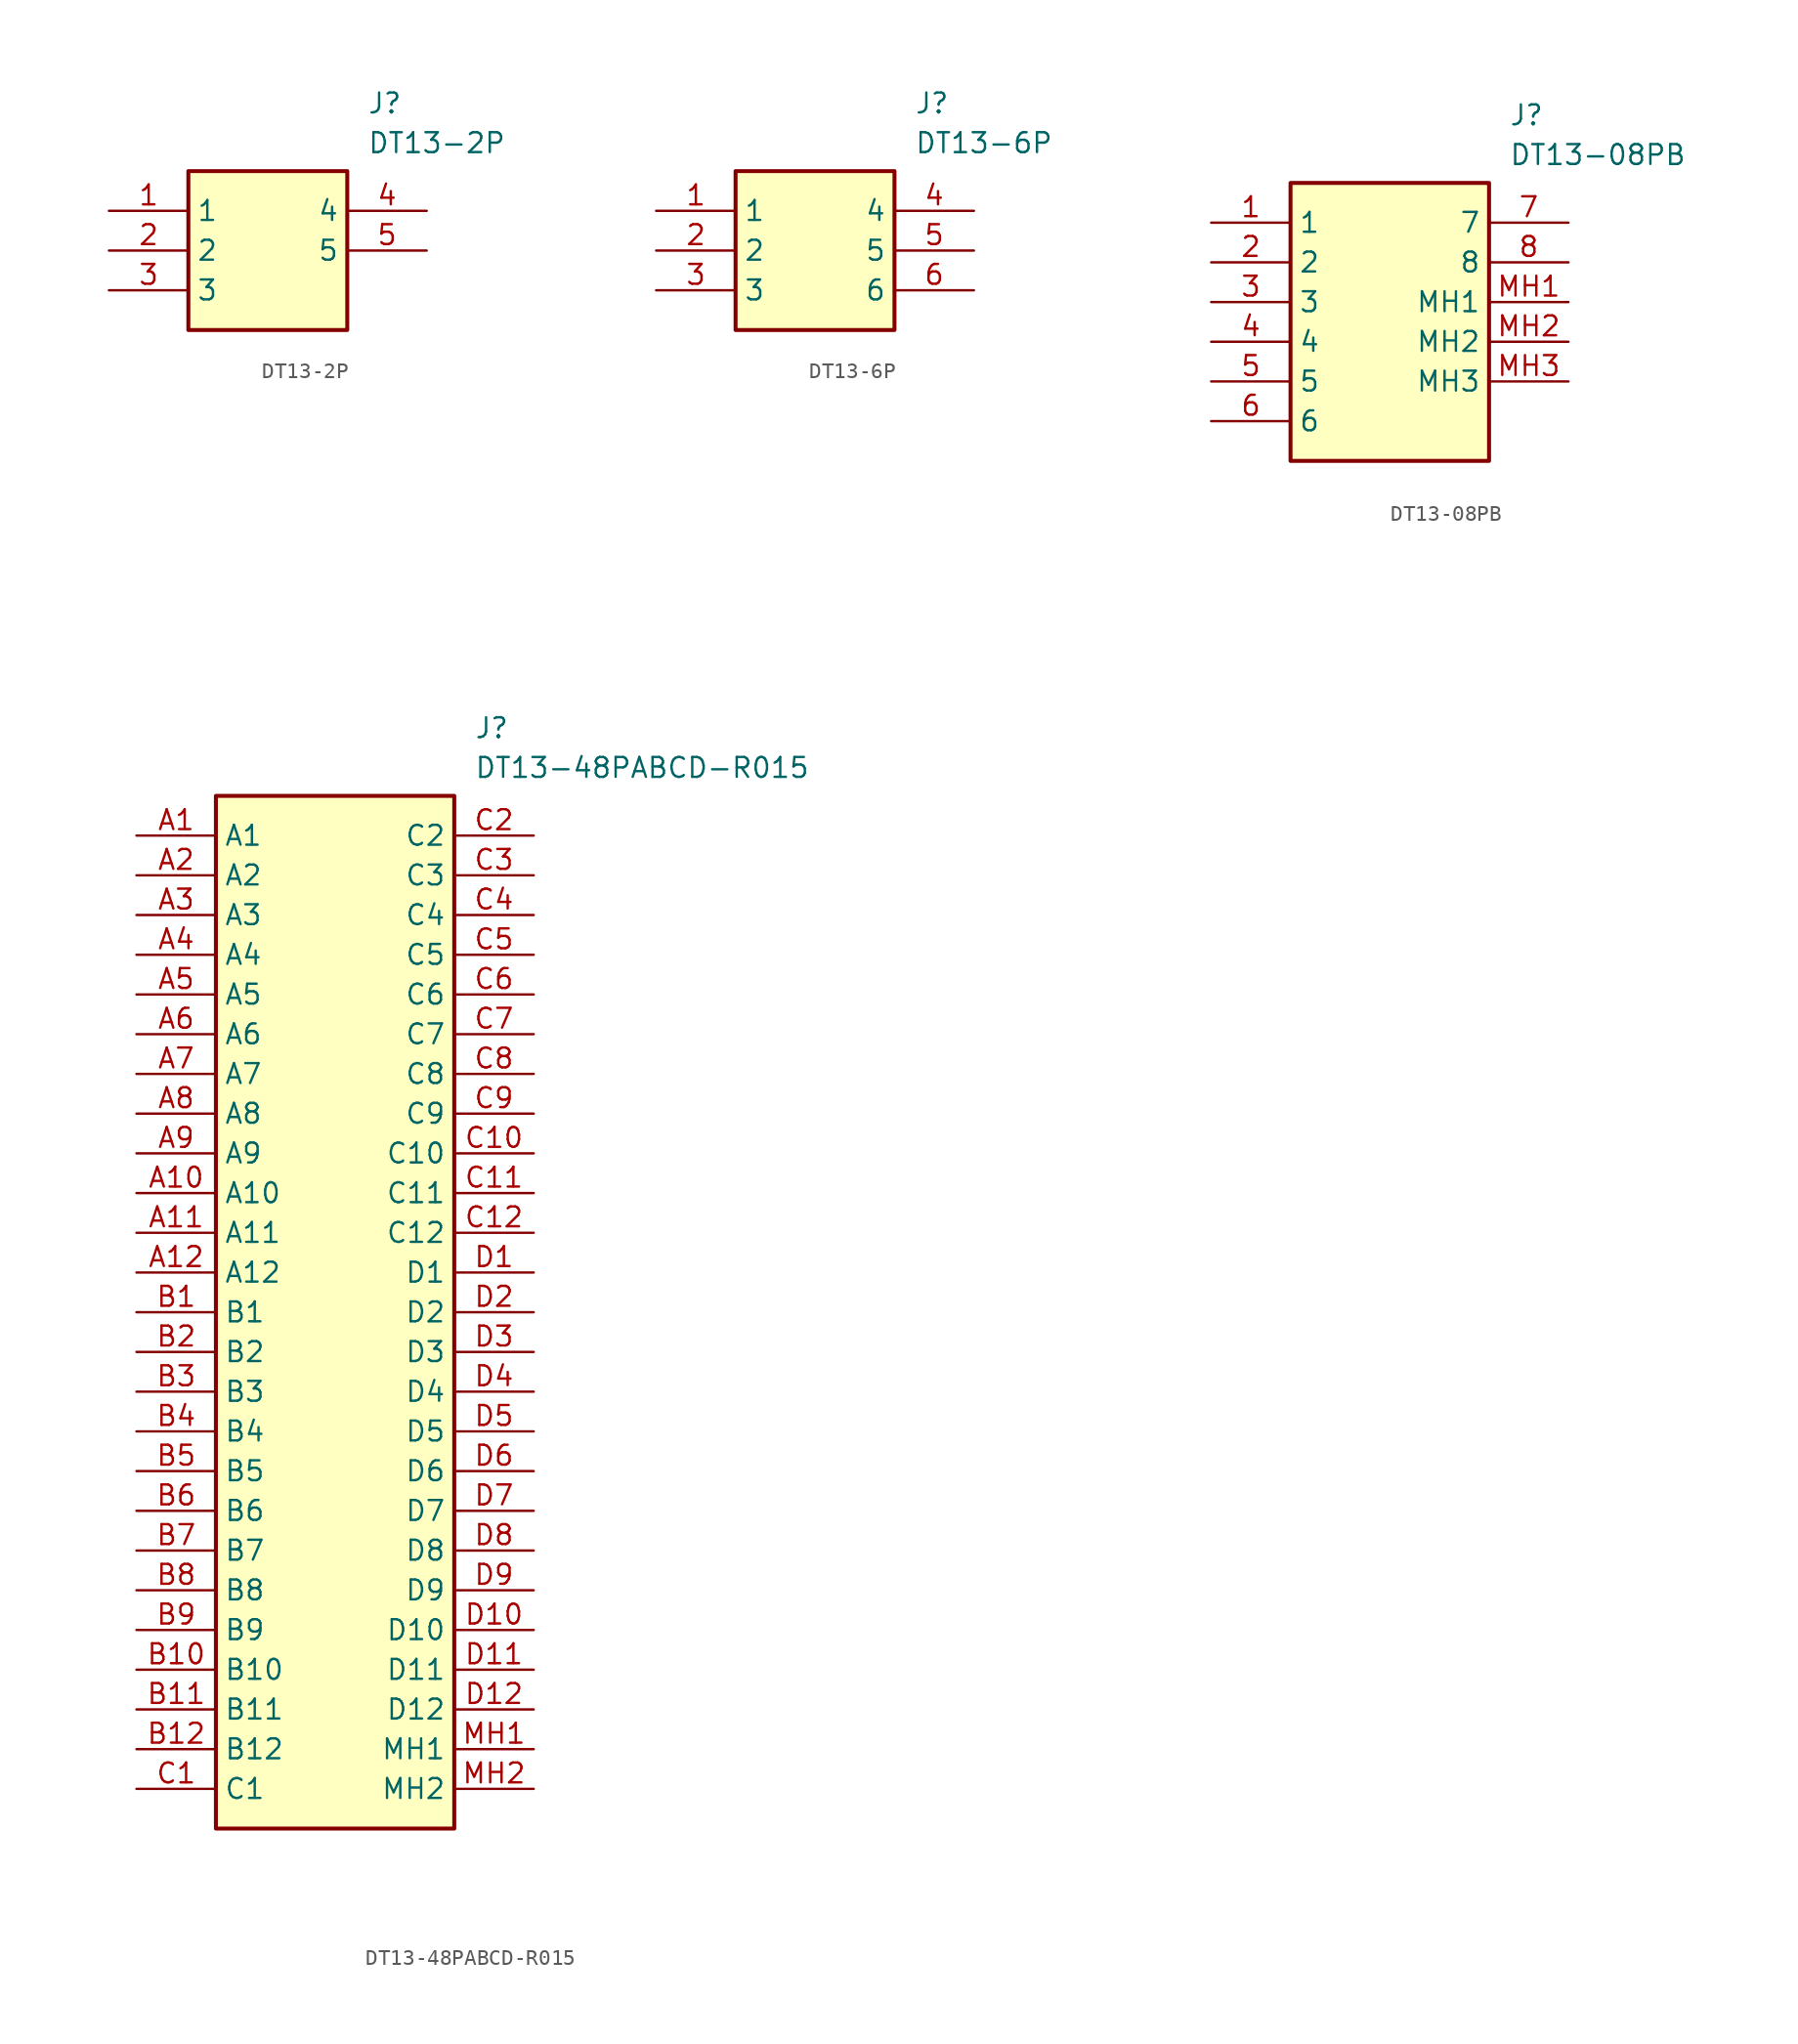
<source format=kicad_sym>
(kicad_symbol_lib
  (version 20231120)
  (generator "kicad_symbol_editor")
  (generator_version "8.0")
  (symbol "DT13-2P"
    (property "Reference" "J"
      (at 16.51 7.62 0)
      (effects (font (size 1.27 1.27)) (justify left top)))
    (property "Value" "DT13-2P"
      (at 16.51 5.08 0)
      (effects (font (size 1.27 1.27)) (justify left top)))
    (symbol "DT13-2P_1_1"
      (rectangle (start 5.08 2.54) (end 15.24 -7.62) (stroke (width 0.254) (type default)) (fill (type background)))
      (pin passive line (at 0 0 0) (length 5.08) (name "1" (effects (font (size 1.27 1.27)))) (number "1" (effects (font (size 1.27 1.27)))))
      (pin passive line (at 0 -2.54 0) (length 5.08) (name "2" (effects (font (size 1.27 1.27)))) (number "2" (effects (font (size 1.27 1.27)))))
      (pin passive line (at 0 -5.08 0) (length 5.08) (name "3" (effects (font (size 1.27 1.27)))) (number "3" (effects (font (size 1.27 1.27)))))
      (pin passive line (at 20.32 0 180) (length 5.08) (name "4" (effects (font (size 1.27 1.27)))) (number "4" (effects (font (size 1.27 1.27)))))
      (pin passive line (at 20.32 -2.54 180) (length 5.08) (name "5" (effects (font (size 1.27 1.27)))) (number "5" (effects (font (size 1.27 1.27)))))))
  (symbol "DT13-6P"
    (property "Reference" "J"
      (at 16.51 7.62 0)
      (effects (font (size 1.27 1.27)) (justify left top)))
    (property "Value" "DT13-6P"
      (at 16.51 5.08 0)
      (effects (font (size 1.27 1.27)) (justify left top)))
    (symbol "DT13-6P_1_1"
      (rectangle (start 5.08 2.54) (end 15.24 -7.62) (stroke (width 0.254) (type default)) (fill (type background)))
      (pin passive line (at 0 0 0) (length 5.08) (name "1" (effects (font (size 1.27 1.27)))) (number "1" (effects (font (size 1.27 1.27)))))
      (pin passive line (at 0 -2.54 0) (length 5.08) (name "2" (effects (font (size 1.27 1.27)))) (number "2" (effects (font (size 1.27 1.27)))))
      (pin passive line (at 0 -5.08 0) (length 5.08) (name "3" (effects (font (size 1.27 1.27)))) (number "3" (effects (font (size 1.27 1.27)))))
      (pin passive line (at 20.32 0 180) (length 5.08) (name "4" (effects (font (size 1.27 1.27)))) (number "4" (effects (font (size 1.27 1.27)))))
      (pin passive line (at 20.32 -2.54 180) (length 5.08) (name "5" (effects (font (size 1.27 1.27)))) (number "5" (effects (font (size 1.27 1.27)))))
      (pin passive line (at 20.32 -5.08 180) (length 5.08) (name "6" (effects (font (size 1.27 1.27)))) (number "6" (effects (font (size 1.27 1.27)))))))
  (symbol "DT13-08PB"
    (property "Reference" "J"
      (at 19.05 7.62 0)
      (effects (font (size 1.27 1.27)) (justify left top)))
    (property "Value" "DT13-08PB"
      (at 19.05 5.08 0)
      (effects (font (size 1.27 1.27)) (justify left top)))
    (symbol "DT13-08PB_1_1"
      (rectangle (start 5.08 2.54) (end 17.78 -15.24) (stroke (width 0.254) (type default)) (fill (type background)))
      (pin passive line (at 0 0 0) (length 5.08) (name "1" (effects (font (size 1.27 1.27)))) (number "1" (effects (font (size 1.27 1.27)))))
      (pin passive line (at 0 -2.54 0) (length 5.08) (name "2" (effects (font (size 1.27 1.27)))) (number "2" (effects (font (size 1.27 1.27)))))
      (pin passive line (at 0 -5.08 0) (length 5.08) (name "3" (effects (font (size 1.27 1.27)))) (number "3" (effects (font (size 1.27 1.27)))))
      (pin passive line (at 0 -7.62 0) (length 5.08) (name "4" (effects (font (size 1.27 1.27)))) (number "4" (effects (font (size 1.27 1.27)))))
      (pin passive line (at 0 -10.16 0) (length 5.08) (name "5" (effects (font (size 1.27 1.27)))) (number "5" (effects (font (size 1.27 1.27)))))
      (pin passive line (at 0 -12.7 0) (length 5.08) (name "6" (effects (font (size 1.27 1.27)))) (number "6" (effects (font (size 1.27 1.27)))))
      (pin passive line (at 22.86 0 180) (length 5.08) (name "7" (effects (font (size 1.27 1.27)))) (number "7" (effects (font (size 1.27 1.27)))))
      (pin passive line (at 22.86 -2.54 180) (length 5.08) (name "8" (effects (font (size 1.27 1.27)))) (number "8" (effects (font (size 1.27 1.27)))))
      (pin passive line (at 22.86 -5.08 180) (length 5.08) (name "MH1" (effects (font (size 1.27 1.27)))) (number "MH1" (effects (font (size 1.27 1.27)))))
      (pin passive line (at 22.86 -7.62 180) (length 5.08) (name "MH2" (effects (font (size 1.27 1.27)))) (number "MH2" (effects (font (size 1.27 1.27)))))
      (pin passive line (at 22.86 -10.16 180) (length 5.08) (name "MH3" (effects (font (size 1.27 1.27)))) (number "MH3" (effects (font (size 1.27 1.27)))))))
  (symbol "DT13-48PABCD-R015"
    (property "Reference" "J"
      (at 21.59 7.62 0)
      (effects (font (size 1.27 1.27)) (justify left top)))
    (property "Value" "DT13-48PABCD-R015"
      (at 21.59 5.08 0)
      (effects (font (size 1.27 1.27)) (justify left top)))
    (symbol "DT13-48PABCD-R015_1_1"
      (rectangle (start 5.08 2.54) (end 20.32 -63.5) (stroke (width 0.254) (type default)) (fill (type background)))
      (pin passive line (at 0 0 0) (length 5.08) (name "A1" (effects (font (size 1.27 1.27)))) (number "A1" (effects (font (size 1.27 1.27)))))
      (pin passive line (at 0 -22.86 0) (length 5.08) (name "A10" (effects (font (size 1.27 1.27)))) (number "A10" (effects (font (size 1.27 1.27)))))
      (pin passive line (at 0 -25.4 0) (length 5.08) (name "A11" (effects (font (size 1.27 1.27)))) (number "A11" (effects (font (size 1.27 1.27)))))
      (pin passive line (at 0 -27.94 0) (length 5.08) (name "A12" (effects (font (size 1.27 1.27)))) (number "A12" (effects (font (size 1.27 1.27)))))
      (pin passive line (at 0 -2.54 0) (length 5.08) (name "A2" (effects (font (size 1.27 1.27)))) (number "A2" (effects (font (size 1.27 1.27)))))
      (pin passive line (at 0 -5.08 0) (length 5.08) (name "A3" (effects (font (size 1.27 1.27)))) (number "A3" (effects (font (size 1.27 1.27)))))
      (pin passive line (at 0 -7.62 0) (length 5.08) (name "A4" (effects (font (size 1.27 1.27)))) (number "A4" (effects (font (size 1.27 1.27)))))
      (pin passive line (at 0 -10.16 0) (length 5.08) (name "A5" (effects (font (size 1.27 1.27)))) (number "A5" (effects (font (size 1.27 1.27)))))
      (pin passive line (at 0 -12.7 0) (length 5.08) (name "A6" (effects (font (size 1.27 1.27)))) (number "A6" (effects (font (size 1.27 1.27)))))
      (pin passive line (at 0 -15.24 0) (length 5.08) (name "A7" (effects (font (size 1.27 1.27)))) (number "A7" (effects (font (size 1.27 1.27)))))
      (pin passive line (at 0 -17.78 0) (length 5.08) (name "A8" (effects (font (size 1.27 1.27)))) (number "A8" (effects (font (size 1.27 1.27)))))
      (pin passive line (at 0 -20.32 0) (length 5.08) (name "A9" (effects (font (size 1.27 1.27)))) (number "A9" (effects (font (size 1.27 1.27)))))
      (pin passive line (at 0 -30.48 0) (length 5.08) (name "B1" (effects (font (size 1.27 1.27)))) (number "B1" (effects (font (size 1.27 1.27)))))
      (pin passive line (at 0 -53.34 0) (length 5.08) (name "B10" (effects (font (size 1.27 1.27)))) (number "B10" (effects (font (size 1.27 1.27)))))
      (pin passive line (at 0 -55.88 0) (length 5.08) (name "B11" (effects (font (size 1.27 1.27)))) (number "B11" (effects (font (size 1.27 1.27)))))
      (pin passive line (at 0 -58.42 0) (length 5.08) (name "B12" (effects (font (size 1.27 1.27)))) (number "B12" (effects (font (size 1.27 1.27)))))
      (pin passive line (at 0 -33.02 0) (length 5.08) (name "B2" (effects (font (size 1.27 1.27)))) (number "B2" (effects (font (size 1.27 1.27)))))
      (pin passive line (at 0 -35.56 0) (length 5.08) (name "B3" (effects (font (size 1.27 1.27)))) (number "B3" (effects (font (size 1.27 1.27)))))
      (pin passive line (at 0 -38.1 0) (length 5.08) (name "B4" (effects (font (size 1.27 1.27)))) (number "B4" (effects (font (size 1.27 1.27)))))
      (pin passive line (at 0 -40.64 0) (length 5.08) (name "B5" (effects (font (size 1.27 1.27)))) (number "B5" (effects (font (size 1.27 1.27)))))
      (pin passive line (at 0 -43.18 0) (length 5.08) (name "B6" (effects (font (size 1.27 1.27)))) (number "B6" (effects (font (size 1.27 1.27)))))
      (pin passive line (at 0 -45.72 0) (length 5.08) (name "B7" (effects (font (size 1.27 1.27)))) (number "B7" (effects (font (size 1.27 1.27)))))
      (pin passive line (at 0 -48.26 0) (length 5.08) (name "B8" (effects (font (size 1.27 1.27)))) (number "B8" (effects (font (size 1.27 1.27)))))
      (pin passive line (at 0 -50.8 0) (length 5.08) (name "B9" (effects (font (size 1.27 1.27)))) (number "B9" (effects (font (size 1.27 1.27)))))
      (pin passive line (at 0 -60.96 0) (length 5.08) (name "C1" (effects (font (size 1.27 1.27)))) (number "C1" (effects (font (size 1.27 1.27)))))
      (pin passive line (at 25.4 -20.32 180) (length 5.08) (name "C10" (effects (font (size 1.27 1.27)))) (number "C10" (effects (font (size 1.27 1.27)))))
      (pin passive line (at 25.4 -22.86 180) (length 5.08) (name "C11" (effects (font (size 1.27 1.27)))) (number "C11" (effects (font (size 1.27 1.27)))))
      (pin passive line (at 25.4 -25.4 180) (length 5.08) (name "C12" (effects (font (size 1.27 1.27)))) (number "C12" (effects (font (size 1.27 1.27)))))
      (pin passive line (at 25.4 0 180) (length 5.08) (name "C2" (effects (font (size 1.27 1.27)))) (number "C2" (effects (font (size 1.27 1.27)))))
      (pin passive line (at 25.4 -2.54 180) (length 5.08) (name "C3" (effects (font (size 1.27 1.27)))) (number "C3" (effects (font (size 1.27 1.27)))))
      (pin passive line (at 25.4 -5.08 180) (length 5.08) (name "C4" (effects (font (size 1.27 1.27)))) (number "C4" (effects (font (size 1.27 1.27)))))
      (pin passive line (at 25.4 -7.62 180) (length 5.08) (name "C5" (effects (font (size 1.27 1.27)))) (number "C5" (effects (font (size 1.27 1.27)))))
      (pin passive line (at 25.4 -10.16 180) (length 5.08) (name "C6" (effects (font (size 1.27 1.27)))) (number "C6" (effects (font (size 1.27 1.27)))))
      (pin passive line (at 25.4 -12.7 180) (length 5.08) (name "C7" (effects (font (size 1.27 1.27)))) (number "C7" (effects (font (size 1.27 1.27)))))
      (pin passive line (at 25.4 -15.24 180) (length 5.08) (name "C8" (effects (font (size 1.27 1.27)))) (number "C8" (effects (font (size 1.27 1.27)))))
      (pin passive line (at 25.4 -17.78 180) (length 5.08) (name "C9" (effects (font (size 1.27 1.27)))) (number "C9" (effects (font (size 1.27 1.27)))))
      (pin passive line (at 25.4 -27.94 180) (length 5.08) (name "D1" (effects (font (size 1.27 1.27)))) (number "D1" (effects (font (size 1.27 1.27)))))
      (pin passive line (at 25.4 -50.8 180) (length 5.08) (name "D10" (effects (font (size 1.27 1.27)))) (number "D10" (effects (font (size 1.27 1.27)))))
      (pin passive line (at 25.4 -53.34 180) (length 5.08) (name "D11" (effects (font (size 1.27 1.27)))) (number "D11" (effects (font (size 1.27 1.27)))))
      (pin passive line (at 25.4 -55.88 180) (length 5.08) (name "D12" (effects (font (size 1.27 1.27)))) (number "D12" (effects (font (size 1.27 1.27)))))
      (pin passive line (at 25.4 -30.48 180) (length 5.08) (name "D2" (effects (font (size 1.27 1.27)))) (number "D2" (effects (font (size 1.27 1.27)))))
      (pin passive line (at 25.4 -33.02 180) (length 5.08) (name "D3" (effects (font (size 1.27 1.27)))) (number "D3" (effects (font (size 1.27 1.27)))))
      (pin passive line (at 25.4 -35.56 180) (length 5.08) (name "D4" (effects (font (size 1.27 1.27)))) (number "D4" (effects (font (size 1.27 1.27)))))
      (pin passive line (at 25.4 -38.1 180) (length 5.08) (name "D5" (effects (font (size 1.27 1.27)))) (number "D5" (effects (font (size 1.27 1.27)))))
      (pin passive line (at 25.4 -40.64 180) (length 5.08) (name "D6" (effects (font (size 1.27 1.27)))) (number "D6" (effects (font (size 1.27 1.27)))))
      (pin passive line (at 25.4 -43.18 180) (length 5.08) (name "D7" (effects (font (size 1.27 1.27)))) (number "D7" (effects (font (size 1.27 1.27)))))
      (pin passive line (at 25.4 -45.72 180) (length 5.08) (name "D8" (effects (font (size 1.27 1.27)))) (number "D8" (effects (font (size 1.27 1.27)))))
      (pin passive line (at 25.4 -48.26 180) (length 5.08) (name "D9" (effects (font (size 1.27 1.27)))) (number "D9" (effects (font (size 1.27 1.27)))))
      (pin passive line (at 25.4 -58.42 180) (length 5.08) (name "MH1" (effects (font (size 1.27 1.27)))) (number "MH1" (effects (font (size 1.27 1.27)))))
      (pin passive line (at 25.4 -60.96 180) (length 5.08) (name "MH2" (effects (font (size 1.27 1.27)))) (number "MH2" (effects (font (size 1.27 1.27))))))))
</source>
